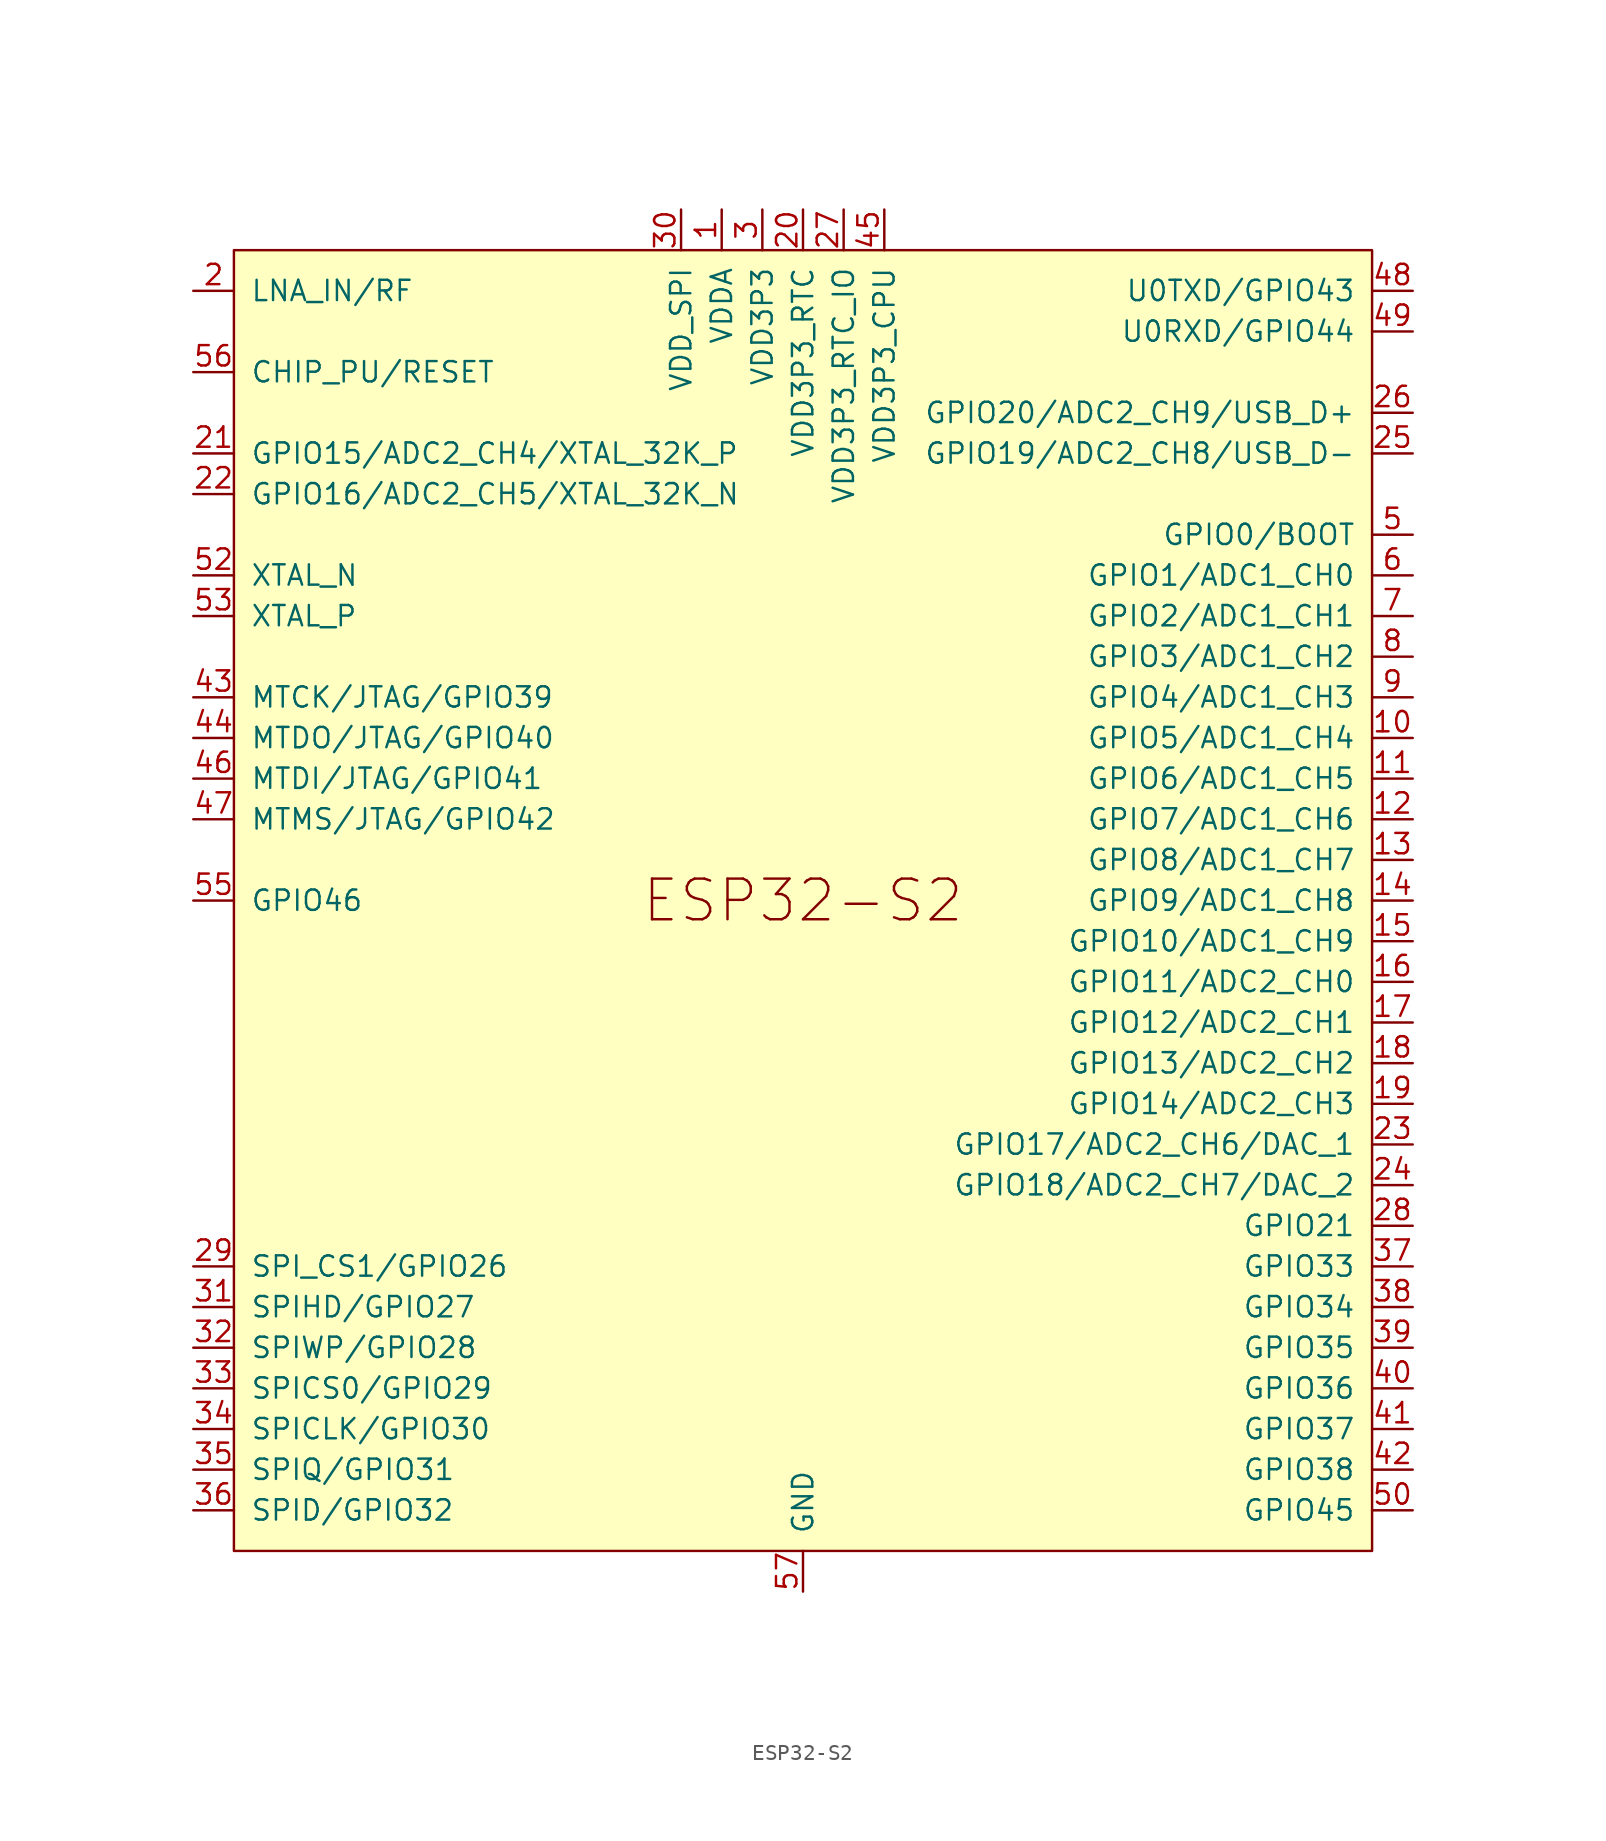
<source format=kicad_sym>
(kicad_symbol_lib
  (version 20220914)
  (generator kicad_symbol_editor)
  (symbol "ESP32-S2"
    (pin_names
      (offset 1.016))
    (property "Reference" "U"
      (at -35.56 45.72 0)
      (effects (font (size 1.27 1.27)) (justify left) hide))
    (symbol "ESP32-S2_0_0"
      (text "ESP32-S2" (at 0 0 0) (effects (font (size 2.54 2.54)))))
    (symbol "ESP32-S2_0_1"
      (rectangle (start -35.56 40.64) (end 35.56 -40.64) (stroke (width 0) (type default)) (fill (type background))))
    (symbol "ESP32-S2_1_1"
      (pin power_in line (at -5.08 43.18 270) (length 2.54) (name "VDDA" (effects (font (size 1.27 1.27)))) (number "1" (effects (font (size 1.27 1.27)))))
      (pin bidirectional line (at 38.1 10.16 180) (length 2.54) (name "GPIO5/ADC1_CH4" (effects (font (size 1.27 1.27)))) (number "10" (effects (font (size 1.27 1.27)))))
      (pin bidirectional line (at 38.1 7.62 180) (length 2.54) (name "GPIO6/ADC1_CH5" (effects (font (size 1.27 1.27)))) (number "11" (effects (font (size 1.27 1.27)))))
      (pin bidirectional line (at 38.1 5.08 180) (length 2.54) (name "GPIO7/ADC1_CH6" (effects (font (size 1.27 1.27)))) (number "12" (effects (font (size 1.27 1.27)))))
      (pin bidirectional line (at 38.1 2.54 180) (length 2.54) (name "GPIO8/ADC1_CH7" (effects (font (size 1.27 1.27)))) (number "13" (effects (font (size 1.27 1.27)))))
      (pin bidirectional line (at 38.1 0 180) (length 2.54) (name "GPIO9/ADC1_CH8" (effects (font (size 1.27 1.27)))) (number "14" (effects (font (size 1.27 1.27)))))
      (pin bidirectional line (at 38.1 -2.54 180) (length 2.54) (name "GPIO10/ADC1_CH9" (effects (font (size 1.27 1.27)))) (number "15" (effects (font (size 1.27 1.27)))))
      (pin bidirectional line (at 38.1 -5.08 180) (length 2.54) (name "GPIO11/ADC2_CH0" (effects (font (size 1.27 1.27)))) (number "16" (effects (font (size 1.27 1.27)))))
      (pin bidirectional line (at 38.1 -7.62 180) (length 2.54) (name "GPIO12/ADC2_CH1" (effects (font (size 1.27 1.27)))) (number "17" (effects (font (size 1.27 1.27)))))
      (pin bidirectional line (at 38.1 -10.16 180) (length 2.54) (name "GPIO13/ADC2_CH2" (effects (font (size 1.27 1.27)))) (number "18" (effects (font (size 1.27 1.27)))))
      (pin bidirectional line (at 38.1 -12.7 180) (length 2.54) (name "GPIO14/ADC2_CH3" (effects (font (size 1.27 1.27)))) (number "19" (effects (font (size 1.27 1.27)))))
      (pin bidirectional line (at -38.1 38.1 0) (length 2.54) (name "LNA_IN/RF" (effects (font (size 1.27 1.27)))) (number "2" (effects (font (size 1.27 1.27)))))
      (pin power_in line (at 0 43.18 270) (length 2.54) (name "VDD3P3_RTC" (effects (font (size 1.27 1.27)))) (number "20" (effects (font (size 1.27 1.27)))))
      (pin bidirectional line (at -38.1 27.94 0) (length 2.54) (name "GPIO15/ADC2_CH4/XTAL_32K_P" (effects (font (size 1.27 1.27)))) (number "21" (effects (font (size 1.27 1.27)))))
      (pin bidirectional line (at -38.1 25.4 0) (length 2.54) (name "GPIO16/ADC2_CH5/XTAL_32K_N" (effects (font (size 1.27 1.27)))) (number "22" (effects (font (size 1.27 1.27)))))
      (pin bidirectional line (at 38.1 -15.24 180) (length 2.54) (name "GPIO17/ADC2_CH6/DAC_1" (effects (font (size 1.27 1.27)))) (number "23" (effects (font (size 1.27 1.27)))))
      (pin bidirectional line (at 38.1 -17.78 180) (length 2.54) (name "GPIO18/ADC2_CH7/DAC_2" (effects (font (size 1.27 1.27)))) (number "24" (effects (font (size 1.27 1.27)))))
      (pin bidirectional line (at 38.1 27.94 180) (length 2.54) (name "GPIO19/ADC2_CH8/USB_D-" (effects (font (size 1.27 1.27)))) (number "25" (effects (font (size 1.27 1.27)))))
      (pin bidirectional line (at 38.1 30.48 180) (length 2.54) (name "GPIO20/ADC2_CH9/USB_D+" (effects (font (size 1.27 1.27)))) (number "26" (effects (font (size 1.27 1.27)))))
      (pin power_in line (at 2.54 43.18 270) (length 2.54) (name "VDD3P3_RTC_IO" (effects (font (size 1.27 1.27)))) (number "27" (effects (font (size 1.27 1.27)))))
      (pin bidirectional line (at 38.1 -20.32 180) (length 2.54) (name "GPIO21" (effects (font (size 1.27 1.27)))) (number "28" (effects (font (size 1.27 1.27)))))
      (pin bidirectional line (at -38.1 -22.86 0) (length 2.54) (name "SPI_CS1/GPIO26" (effects (font (size 1.27 1.27)))) (number "29" (effects (font (size 1.27 1.27)))))
      (pin power_in line (at -2.54 43.18 270) (length 2.54) (name "VDD3P3" (effects (font (size 1.27 1.27)))) (number "3" (effects (font (size 1.27 1.27)))))
      (pin power_out line (at -7.62 43.18 270) (length 2.54) (name "VDD_SPI" (effects (font (size 1.27 1.27)))) (number "30" (effects (font (size 1.27 1.27)))))
      (pin bidirectional line (at -38.1 -25.4 0) (length 2.54) (name "SPIHD/GPIO27" (effects (font (size 1.27 1.27)))) (number "31" (effects (font (size 1.27 1.27)))))
      (pin bidirectional line (at -38.1 -27.94 0) (length 2.54) (name "SPIWP/GPIO28" (effects (font (size 1.27 1.27)))) (number "32" (effects (font (size 1.27 1.27)))))
      (pin bidirectional line (at -38.1 -30.48 0) (length 2.54) (name "SPICS0/GPIO29" (effects (font (size 1.27 1.27)))) (number "33" (effects (font (size 1.27 1.27)))))
      (pin bidirectional line (at -38.1 -33.02 0) (length 2.54) (name "SPICLK/GPIO30" (effects (font (size 1.27 1.27)))) (number "34" (effects (font (size 1.27 1.27)))))
      (pin bidirectional line (at -38.1 -35.56 0) (length 2.54) (name "SPIQ/GPIO31" (effects (font (size 1.27 1.27)))) (number "35" (effects (font (size 1.27 1.27)))))
      (pin bidirectional line (at -38.1 -38.1 0) (length 2.54) (name "SPID/GPIO32" (effects (font (size 1.27 1.27)))) (number "36" (effects (font (size 1.27 1.27)))))
      (pin bidirectional line (at 38.1 -22.86 180) (length 2.54) (name "GPIO33" (effects (font (size 1.27 1.27)))) (number "37" (effects (font (size 1.27 1.27)))))
      (pin bidirectional line (at 38.1 -25.4 180) (length 2.54) (name "GPIO34" (effects (font (size 1.27 1.27)))) (number "38" (effects (font (size 1.27 1.27)))))
      (pin bidirectional line (at 38.1 -27.94 180) (length 2.54) (name "GPIO35" (effects (font (size 1.27 1.27)))) (number "39" (effects (font (size 1.27 1.27)))))
      (pin passive line (at -2.54 43.18 270) (length 2.54) hide (name "VDD3P3" (effects (font (size 1.27 1.27)))) (number "4" (effects (font (size 1.27 1.27)))))
      (pin bidirectional line (at 38.1 -30.48 180) (length 2.54) (name "GPIO36" (effects (font (size 1.27 1.27)))) (number "40" (effects (font (size 1.27 1.27)))))
      (pin bidirectional line (at 38.1 -33.02 180) (length 2.54) (name "GPIO37" (effects (font (size 1.27 1.27)))) (number "41" (effects (font (size 1.27 1.27)))))
      (pin bidirectional line (at 38.1 -35.56 180) (length 2.54) (name "GPIO38" (effects (font (size 1.27 1.27)))) (number "42" (effects (font (size 1.27 1.27)))))
      (pin input line (at -38.1 12.7 0) (length 2.54) (name "MTCK/JTAG/GPIO39" (effects (font (size 1.27 1.27)))) (number "43" (effects (font (size 1.27 1.27)))))
      (pin output line (at -38.1 10.16 0) (length 2.54) (name "MTDO/JTAG/GPIO40" (effects (font (size 1.27 1.27)))) (number "44" (effects (font (size 1.27 1.27)))))
      (pin power_in line (at 5.08 43.18 270) (length 2.54) (name "VDD3P3_CPU" (effects (font (size 1.27 1.27)))) (number "45" (effects (font (size 1.27 1.27)))))
      (pin input line (at -38.1 7.62 0) (length 2.54) (name "MTDI/JTAG/GPIO41" (effects (font (size 1.27 1.27)))) (number "46" (effects (font (size 1.27 1.27)))))
      (pin output line (at -38.1 5.08 0) (length 2.54) (name "MTMS/JTAG/GPIO42" (effects (font (size 1.27 1.27)))) (number "47" (effects (font (size 1.27 1.27)))))
      (pin bidirectional line (at 38.1 38.1 180) (length 2.54) (name "U0TXD/GPIO43" (effects (font (size 1.27 1.27)))) (number "48" (effects (font (size 1.27 1.27)))))
      (pin bidirectional line (at 38.1 35.56 180) (length 2.54) (name "U0RXD/GPIO44" (effects (font (size 1.27 1.27)))) (number "49" (effects (font (size 1.27 1.27)))))
      (pin bidirectional line (at 38.1 22.86 180) (length 2.54) (name "GPIO0/BOOT" (effects (font (size 1.27 1.27)))) (number "5" (effects (font (size 1.27 1.27)))))
      (pin bidirectional line (at 38.1 -38.1 180) (length 2.54) (name "GPIO45" (effects (font (size 1.27 1.27)))) (number "50" (effects (font (size 1.27 1.27)))))
      (pin passive line (at -5.08 43.18 270) (length 2.54) hide (name "VDDA" (effects (font (size 1.27 1.27)))) (number "51" (effects (font (size 1.27 1.27)))))
      (pin output line (at -38.1 20.32 0) (length 2.54) (name "XTAL_N" (effects (font (size 1.27 1.27)))) (number "52" (effects (font (size 1.27 1.27)))))
      (pin input line (at -38.1 17.78 0) (length 2.54) (name "XTAL_P" (effects (font (size 1.27 1.27)))) (number "53" (effects (font (size 1.27 1.27)))))
      (pin passive line (at -5.08 43.18 270) (length 2.54) hide (name "VDDA" (effects (font (size 1.27 1.27)))) (number "54" (effects (font (size 1.27 1.27)))))
      (pin input line (at -38.1 0 0) (length 2.54) (name "GPIO46" (effects (font (size 1.27 1.27)))) (number "55" (effects (font (size 1.27 1.27)))))
      (pin bidirectional line (at -38.1 33.02 0) (length 2.54) (name "CHIP_PU/RESET" (effects (font (size 1.27 1.27)))) (number "56" (effects (font (size 1.27 1.27)))))
      (pin power_in line (at 0 -43.18 90) (length 2.54) (name "GND" (effects (font (size 1.27 1.27)))) (number "57" (effects (font (size 1.27 1.27)))))
      (pin bidirectional line (at 38.1 20.32 180) (length 2.54) (name "GPIO1/ADC1_CH0" (effects (font (size 1.27 1.27)))) (number "6" (effects (font (size 1.27 1.27)))))
      (pin bidirectional line (at 38.1 17.78 180) (length 2.54) (name "GPIO2/ADC1_CH1" (effects (font (size 1.27 1.27)))) (number "7" (effects (font (size 1.27 1.27)))))
      (pin bidirectional line (at 38.1 15.24 180) (length 2.54) (name "GPIO3/ADC1_CH2" (effects (font (size 1.27 1.27)))) (number "8" (effects (font (size 1.27 1.27)))))
      (pin bidirectional line (at 38.1 12.7 180) (length 2.54) (name "GPIO4/ADC1_CH3" (effects (font (size 1.27 1.27)))) (number "9" (effects (font (size 1.27 1.27))))))))
</source>
